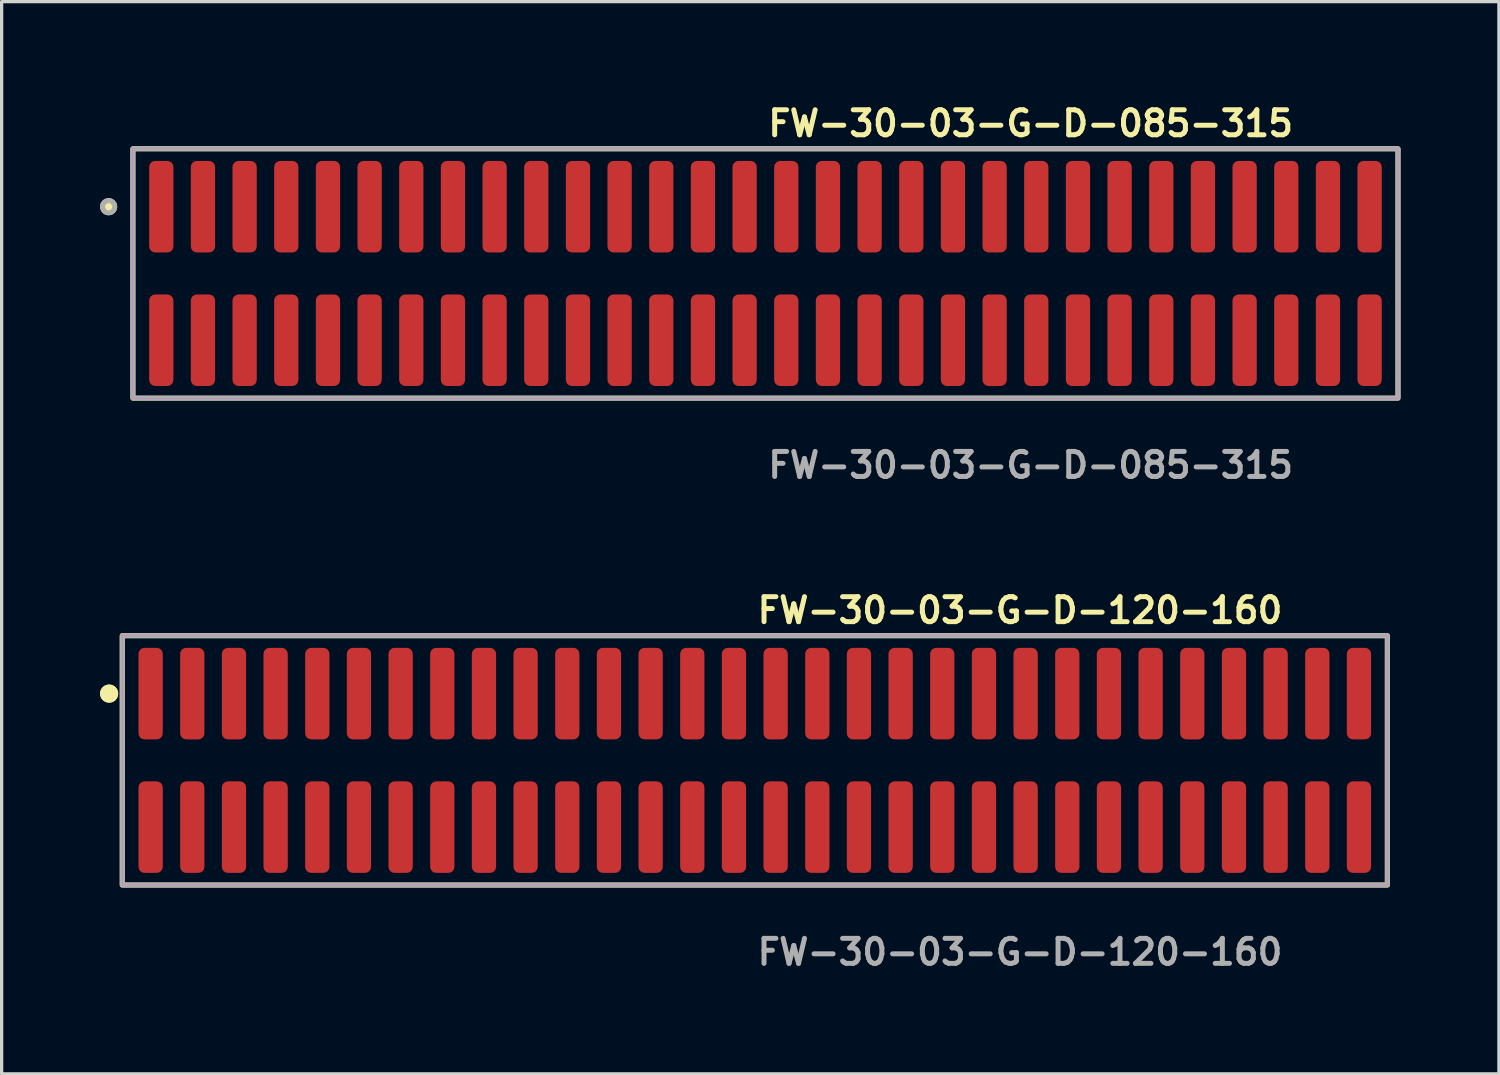
<source format=kicad_pcb>
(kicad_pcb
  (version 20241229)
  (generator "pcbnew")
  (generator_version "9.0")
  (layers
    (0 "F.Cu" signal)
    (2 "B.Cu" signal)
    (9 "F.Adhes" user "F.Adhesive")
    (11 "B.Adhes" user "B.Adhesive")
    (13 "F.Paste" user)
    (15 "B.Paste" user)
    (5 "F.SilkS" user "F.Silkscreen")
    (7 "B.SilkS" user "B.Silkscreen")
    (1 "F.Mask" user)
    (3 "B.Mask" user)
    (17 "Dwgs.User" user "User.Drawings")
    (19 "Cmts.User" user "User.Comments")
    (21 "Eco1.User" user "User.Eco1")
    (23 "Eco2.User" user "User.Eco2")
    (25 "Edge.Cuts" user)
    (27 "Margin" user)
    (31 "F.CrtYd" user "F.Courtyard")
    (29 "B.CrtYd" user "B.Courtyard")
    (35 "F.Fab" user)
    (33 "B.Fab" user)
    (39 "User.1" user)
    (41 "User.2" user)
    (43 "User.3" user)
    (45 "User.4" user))
  (footprint "FW-30-03-G-D-120-160"
    (layer "F.Cu")
    (at 19.956 20.126)
    (property "Reference" "FW-30-03-G-D-120-160" (at 0 -4.572 0) (unlocked yes) (layer "F.SilkS") (effects (font (size 0.762 0.762) (thickness 0.152)) (justify left)))
    (fp_rect (start -19.28 3.8) (end 19.28 -3.8) (stroke (width 0.152) (type solid)) (fill no) (layer "F.SilkS"))
    (fp_circle (center -19.68 -2.035) (end -19.88 -2.035) (stroke (width 0.152) (type solid)) (fill yes) (layer "F.SilkS"))
    (fp_circle (center -19.68 -2.035) (end -19.88 -2.035) (stroke (width 0.152) (type solid)) (fill yes) (layer "F.SilkS"))
    (fp_rect (start -19.28 3.8) (end 19.28 -3.8) (stroke (width 0.006) (type solid)) (fill no) (layer "F.CrtYd"))
    (fp_rect (start -19.28 3.8) (end 19.28 -3.8) (stroke (width 0.152) (type solid)) (fill no) (layer "F.Fab"))
    (fp_text user "${REFERENCE}" (at 0 5.842 0) (unlocked yes) (layer "F.Fab") (effects (font (size 0.762 0.762) (thickness 0.152)) (justify left)))
    (pad "1" smd roundrect (at -18.415 -2.035) (size 0.74 2.79) (layers "F.Cu" "F.Paste") (roundrect_rratio 0.25))
    (pad "2" smd roundrect (at -18.415 2.035) (size 0.74 2.79) (layers "F.Cu" "F.Paste") (roundrect_rratio 0.25))
    (pad "3" smd roundrect (at -17.145 -2.035) (size 0.74 2.79) (layers "F.Cu" "F.Paste") (roundrect_rratio 0.25))
    (pad "4" smd roundrect (at -17.145 2.035) (size 0.74 2.79) (layers "F.Cu" "F.Paste") (roundrect_rratio 0.25))
    (pad "5" smd roundrect (at -15.875 -2.035) (size 0.74 2.79) (layers "F.Cu" "F.Paste") (roundrect_rratio 0.25))
    (pad "6" smd roundrect (at -15.875 2.035) (size 0.74 2.79) (layers "F.Cu" "F.Paste") (roundrect_rratio 0.25))
    (pad "7" smd roundrect (at -14.605 -2.035) (size 0.74 2.79) (layers "F.Cu" "F.Paste") (roundrect_rratio 0.25))
    (pad "8" smd roundrect (at -14.605 2.035) (size 0.74 2.79) (layers "F.Cu" "F.Paste") (roundrect_rratio 0.25))
    (pad "9" smd roundrect (at -13.335 -2.035) (size 0.74 2.79) (layers "F.Cu" "F.Paste") (roundrect_rratio 0.25))
    (pad "10" smd roundrect (at -13.335 2.035) (size 0.74 2.79) (layers "F.Cu" "F.Paste") (roundrect_rratio 0.25))
    (pad "11" smd roundrect (at -12.065 -2.035) (size 0.74 2.79) (layers "F.Cu" "F.Paste") (roundrect_rratio 0.25))
    (pad "12" smd roundrect (at -12.065 2.035) (size 0.74 2.79) (layers "F.Cu" "F.Paste") (roundrect_rratio 0.25))
    (pad "13" smd roundrect (at -10.795 -2.035) (size 0.74 2.79) (layers "F.Cu" "F.Paste") (roundrect_rratio 0.25))
    (pad "14" smd roundrect (at -10.795 2.035) (size 0.74 2.79) (layers "F.Cu" "F.Paste") (roundrect_rratio 0.25))
    (pad "15" smd roundrect (at -9.525 -2.035) (size 0.74 2.79) (layers "F.Cu" "F.Paste") (roundrect_rratio 0.25))
    (pad "16" smd roundrect (at -9.525 2.035) (size 0.74 2.79) (layers "F.Cu" "F.Paste") (roundrect_rratio 0.25))
    (pad "17" smd roundrect (at -8.255 -2.035) (size 0.74 2.79) (layers "F.Cu" "F.Paste") (roundrect_rratio 0.25))
    (pad "18" smd roundrect (at -8.255 2.035) (size 0.74 2.79) (layers "F.Cu" "F.Paste") (roundrect_rratio 0.25))
    (pad "19" smd roundrect (at -6.985 -2.035) (size 0.74 2.79) (layers "F.Cu" "F.Paste") (roundrect_rratio 0.25))
    (pad "20" smd roundrect (at -6.985 2.035) (size 0.74 2.79) (layers "F.Cu" "F.Paste") (roundrect_rratio 0.25))
    (pad "21" smd roundrect (at -5.715 -2.035) (size 0.74 2.79) (layers "F.Cu" "F.Paste") (roundrect_rratio 0.25))
    (pad "22" smd roundrect (at -5.715 2.035) (size 0.74 2.79) (layers "F.Cu" "F.Paste") (roundrect_rratio 0.25))
    (pad "23" smd roundrect (at -4.445 -2.035) (size 0.74 2.79) (layers "F.Cu" "F.Paste") (roundrect_rratio 0.25))
    (pad "24" smd roundrect (at -4.445 2.035) (size 0.74 2.79) (layers "F.Cu" "F.Paste") (roundrect_rratio 0.25))
    (pad "25" smd roundrect (at -3.175 -2.035) (size 0.74 2.79) (layers "F.Cu" "F.Paste") (roundrect_rratio 0.25))
    (pad "26" smd roundrect (at -3.175 2.035) (size 0.74 2.79) (layers "F.Cu" "F.Paste") (roundrect_rratio 0.25))
    (pad "27" smd roundrect (at -1.905 -2.035) (size 0.74 2.79) (layers "F.Cu" "F.Paste") (roundrect_rratio 0.25))
    (pad "28" smd roundrect (at -1.905 2.035) (size 0.74 2.79) (layers "F.Cu" "F.Paste") (roundrect_rratio 0.25))
    (pad "29" smd roundrect (at -0.635 -2.035) (size 0.74 2.79) (layers "F.Cu" "F.Paste") (roundrect_rratio 0.25))
    (pad "30" smd roundrect (at -0.635 2.035) (size 0.74 2.79) (layers "F.Cu" "F.Paste") (roundrect_rratio 0.25))
    (pad "31" smd roundrect (at 0.635 -2.035) (size 0.74 2.79) (layers "F.Cu" "F.Paste") (roundrect_rratio 0.25))
    (pad "32" smd roundrect (at 0.635 2.035) (size 0.74 2.79) (layers "F.Cu" "F.Paste") (roundrect_rratio 0.25))
    (pad "33" smd roundrect (at 1.905 -2.035) (size 0.74 2.79) (layers "F.Cu" "F.Paste") (roundrect_rratio 0.25))
    (pad "34" smd roundrect (at 1.905 2.035) (size 0.74 2.79) (layers "F.Cu" "F.Paste") (roundrect_rratio 0.25))
    (pad "35" smd roundrect (at 3.175 -2.035) (size 0.74 2.79) (layers "F.Cu" "F.Paste") (roundrect_rratio 0.25))
    (pad "36" smd roundrect (at 3.175 2.035) (size 0.74 2.79) (layers "F.Cu" "F.Paste") (roundrect_rratio 0.25))
    (pad "37" smd roundrect (at 4.445 -2.035) (size 0.74 2.79) (layers "F.Cu" "F.Paste") (roundrect_rratio 0.25))
    (pad "38" smd roundrect (at 4.445 2.035) (size 0.74 2.79) (layers "F.Cu" "F.Paste") (roundrect_rratio 0.25))
    (pad "39" smd roundrect (at 5.715 -2.035) (size 0.74 2.79) (layers "F.Cu" "F.Paste") (roundrect_rratio 0.25))
    (pad "40" smd roundrect (at 5.715 2.035) (size 0.74 2.79) (layers "F.Cu" "F.Paste") (roundrect_rratio 0.25))
    (pad "41" smd roundrect (at 6.985 -2.035) (size 0.74 2.79) (layers "F.Cu" "F.Paste") (roundrect_rratio 0.25))
    (pad "42" smd roundrect (at 6.985 2.035) (size 0.74 2.79) (layers "F.Cu" "F.Paste") (roundrect_rratio 0.25))
    (pad "43" smd roundrect (at 8.255 -2.035) (size 0.74 2.79) (layers "F.Cu" "F.Paste") (roundrect_rratio 0.25))
    (pad "44" smd roundrect (at 8.255 2.035) (size 0.74 2.79) (layers "F.Cu" "F.Paste") (roundrect_rratio 0.25))
    (pad "45" smd roundrect (at 9.525 -2.035) (size 0.74 2.79) (layers "F.Cu" "F.Paste") (roundrect_rratio 0.25))
    (pad "46" smd roundrect (at 9.525 2.035) (size 0.74 2.79) (layers "F.Cu" "F.Paste") (roundrect_rratio 0.25))
    (pad "47" smd roundrect (at 10.795 -2.035) (size 0.74 2.79) (layers "F.Cu" "F.Paste") (roundrect_rratio 0.25))
    (pad "48" smd roundrect (at 10.795 2.035) (size 0.74 2.79) (layers "F.Cu" "F.Paste") (roundrect_rratio 0.25))
    (pad "49" smd roundrect (at 12.065 -2.035) (size 0.74 2.79) (layers "F.Cu" "F.Paste") (roundrect_rratio 0.25))
    (pad "50" smd roundrect (at 12.065 2.035) (size 0.74 2.79) (layers "F.Cu" "F.Paste") (roundrect_rratio 0.25))
    (pad "51" smd roundrect (at 13.335 -2.035) (size 0.74 2.79) (layers "F.Cu" "F.Paste") (roundrect_rratio 0.25))
    (pad "52" smd roundrect (at 13.335 2.035) (size 0.74 2.79) (layers "F.Cu" "F.Paste") (roundrect_rratio 0.25))
    (pad "53" smd roundrect (at 14.605 -2.035) (size 0.74 2.79) (layers "F.Cu" "F.Paste") (roundrect_rratio 0.25))
    (pad "54" smd roundrect (at 14.605 2.035) (size 0.74 2.79) (layers "F.Cu" "F.Paste") (roundrect_rratio 0.25))
    (pad "55" smd roundrect (at 15.875 -2.035) (size 0.74 2.79) (layers "F.Cu" "F.Paste") (roundrect_rratio 0.25))
    (pad "56" smd roundrect (at 15.875 2.035) (size 0.74 2.79) (layers "F.Cu" "F.Paste") (roundrect_rratio 0.25))
    (pad "57" smd roundrect (at 17.145 -2.035) (size 0.74 2.79) (layers "F.Cu" "F.Paste") (roundrect_rratio 0.25))
    (pad "58" smd roundrect (at 17.145 2.035) (size 0.74 2.79) (layers "F.Cu" "F.Paste") (roundrect_rratio 0.25))
    (pad "59" smd roundrect (at 18.415 -2.035) (size 0.74 2.79) (layers "F.Cu" "F.Paste") (roundrect_rratio 0.25))
    (pad "60" smd roundrect (at 18.415 2.035) (size 0.74 2.79) (layers "F.Cu" "F.Paste") (roundrect_rratio 0.25)))
  (footprint "FW-30-03-G-D-085-315"
    (layer "F.Cu")
    (at 20.281 5.285)
    (property "Reference" "FW-30-03-G-D-085-315" (at 0 -4.572 0) (unlocked yes) (layer "F.SilkS") (effects (font (size 0.762 0.762) (thickness 0.152)) (justify left)))
    (fp_rect (start -19.28 3.8) (end 19.28 -3.8) (stroke (width 0.152) (type solid)) (fill no) (layer "F.SilkS"))
    (fp_circle (center -20.02 -2.035) (end -20.205 -2.035) (stroke (width 0.152) (type solid)) (fill yes) (layer "F.SilkS"))
    (fp_rect (start -19.28 3.8) (end 19.28 -3.8) (stroke (width 0.006) (type solid)) (fill no) (layer "F.CrtYd"))
    (fp_rect (start -19.28 3.8) (end 19.28 -3.8) (stroke (width 0.152) (type solid)) (fill no) (layer "F.Fab"))
    (fp_circle (center -20.02 -2.035) (end -20.205 -2.035) (stroke (width 0.152) (type solid)) (fill no) (layer "F.Fab"))
    (fp_text user "${REFERENCE}" (at 0 5.842 0) (unlocked yes) (layer "F.Fab") (effects (font (size 0.762 0.762) (thickness 0.152)) (justify left)))
    (pad "1" smd roundrect (at -18.415 -2.035) (size 0.74 2.79) (layers "F.Cu" "F.Paste") (roundrect_rratio 0.25))
    (pad "2" smd roundrect (at -18.415 2.035) (size 0.74 2.79) (layers "F.Cu" "F.Paste") (roundrect_rratio 0.25))
    (pad "3" smd roundrect (at -17.145 -2.035) (size 0.74 2.79) (layers "F.Cu" "F.Paste") (roundrect_rratio 0.25))
    (pad "4" smd roundrect (at -17.145 2.035) (size 0.74 2.79) (layers "F.Cu" "F.Paste") (roundrect_rratio 0.25))
    (pad "5" smd roundrect (at -15.875 -2.035) (size 0.74 2.79) (layers "F.Cu" "F.Paste") (roundrect_rratio 0.25))
    (pad "6" smd roundrect (at -15.875 2.035) (size 0.74 2.79) (layers "F.Cu" "F.Paste") (roundrect_rratio 0.25))
    (pad "7" smd roundrect (at -14.605 -2.035) (size 0.74 2.79) (layers "F.Cu" "F.Paste") (roundrect_rratio 0.25))
    (pad "8" smd roundrect (at -14.605 2.035) (size 0.74 2.79) (layers "F.Cu" "F.Paste") (roundrect_rratio 0.25))
    (pad "9" smd roundrect (at -13.335 -2.035) (size 0.74 2.79) (layers "F.Cu" "F.Paste") (roundrect_rratio 0.25))
    (pad "10" smd roundrect (at -13.335 2.035) (size 0.74 2.79) (layers "F.Cu" "F.Paste") (roundrect_rratio 0.25))
    (pad "11" smd roundrect (at -12.065 -2.035) (size 0.74 2.79) (layers "F.Cu" "F.Paste") (roundrect_rratio 0.25))
    (pad "12" smd roundrect (at -12.065 2.035) (size 0.74 2.79) (layers "F.Cu" "F.Paste") (roundrect_rratio 0.25))
    (pad "13" smd roundrect (at -10.795 -2.035) (size 0.74 2.79) (layers "F.Cu" "F.Paste") (roundrect_rratio 0.25))
    (pad "14" smd roundrect (at -10.795 2.035) (size 0.74 2.79) (layers "F.Cu" "F.Paste") (roundrect_rratio 0.25))
    (pad "15" smd roundrect (at -9.525 -2.035) (size 0.74 2.79) (layers "F.Cu" "F.Paste") (roundrect_rratio 0.25))
    (pad "16" smd roundrect (at -9.525 2.035) (size 0.74 2.79) (layers "F.Cu" "F.Paste") (roundrect_rratio 0.25))
    (pad "17" smd roundrect (at -8.255 -2.035) (size 0.74 2.79) (layers "F.Cu" "F.Paste") (roundrect_rratio 0.25))
    (pad "18" smd roundrect (at -8.255 2.035) (size 0.74 2.79) (layers "F.Cu" "F.Paste") (roundrect_rratio 0.25))
    (pad "19" smd roundrect (at -6.985 -2.035) (size 0.74 2.79) (layers "F.Cu" "F.Paste") (roundrect_rratio 0.25))
    (pad "20" smd roundrect (at -6.985 2.035) (size 0.74 2.79) (layers "F.Cu" "F.Paste") (roundrect_rratio 0.25))
    (pad "21" smd roundrect (at -5.715 -2.035) (size 0.74 2.79) (layers "F.Cu" "F.Paste") (roundrect_rratio 0.25))
    (pad "22" smd roundrect (at -5.715 2.035) (size 0.74 2.79) (layers "F.Cu" "F.Paste") (roundrect_rratio 0.25))
    (pad "23" smd roundrect (at -4.445 -2.035) (size 0.74 2.79) (layers "F.Cu" "F.Paste") (roundrect_rratio 0.25))
    (pad "24" smd roundrect (at -4.445 2.035) (size 0.74 2.79) (layers "F.Cu" "F.Paste") (roundrect_rratio 0.25))
    (pad "25" smd roundrect (at -3.175 -2.035) (size 0.74 2.79) (layers "F.Cu" "F.Paste") (roundrect_rratio 0.25))
    (pad "26" smd roundrect (at -3.175 2.035) (size 0.74 2.79) (layers "F.Cu" "F.Paste") (roundrect_rratio 0.25))
    (pad "27" smd roundrect (at -1.905 -2.035) (size 0.74 2.79) (layers "F.Cu" "F.Paste") (roundrect_rratio 0.25))
    (pad "28" smd roundrect (at -1.905 2.035) (size 0.74 2.79) (layers "F.Cu" "F.Paste") (roundrect_rratio 0.25))
    (pad "29" smd roundrect (at -0.635 -2.035) (size 0.74 2.79) (layers "F.Cu" "F.Paste") (roundrect_rratio 0.25))
    (pad "30" smd roundrect (at -0.635 2.035) (size 0.74 2.79) (layers "F.Cu" "F.Paste") (roundrect_rratio 0.25))
    (pad "31" smd roundrect (at 0.635 -2.035) (size 0.74 2.79) (layers "F.Cu" "F.Paste") (roundrect_rratio 0.25))
    (pad "32" smd roundrect (at 0.635 2.035) (size 0.74 2.79) (layers "F.Cu" "F.Paste") (roundrect_rratio 0.25))
    (pad "33" smd roundrect (at 1.905 -2.035) (size 0.74 2.79) (layers "F.Cu" "F.Paste") (roundrect_rratio 0.25))
    (pad "34" smd roundrect (at 1.905 2.035) (size 0.74 2.79) (layers "F.Cu" "F.Paste") (roundrect_rratio 0.25))
    (pad "35" smd roundrect (at 3.175 -2.035) (size 0.74 2.79) (layers "F.Cu" "F.Paste") (roundrect_rratio 0.25))
    (pad "36" smd roundrect (at 3.175 2.035) (size 0.74 2.79) (layers "F.Cu" "F.Paste") (roundrect_rratio 0.25))
    (pad "37" smd roundrect (at 4.445 -2.035) (size 0.74 2.79) (layers "F.Cu" "F.Paste") (roundrect_rratio 0.25))
    (pad "38" smd roundrect (at 4.445 2.035) (size 0.74 2.79) (layers "F.Cu" "F.Paste") (roundrect_rratio 0.25))
    (pad "39" smd roundrect (at 5.715 -2.035) (size 0.74 2.79) (layers "F.Cu" "F.Paste") (roundrect_rratio 0.25))
    (pad "40" smd roundrect (at 5.715 2.035) (size 0.74 2.79) (layers "F.Cu" "F.Paste") (roundrect_rratio 0.25))
    (pad "41" smd roundrect (at 6.985 -2.035) (size 0.74 2.79) (layers "F.Cu" "F.Paste") (roundrect_rratio 0.25))
    (pad "42" smd roundrect (at 6.985 2.035) (size 0.74 2.79) (layers "F.Cu" "F.Paste") (roundrect_rratio 0.25))
    (pad "43" smd roundrect (at 8.255 -2.035) (size 0.74 2.79) (layers "F.Cu" "F.Paste") (roundrect_rratio 0.25))
    (pad "44" smd roundrect (at 8.255 2.035) (size 0.74 2.79) (layers "F.Cu" "F.Paste") (roundrect_rratio 0.25))
    (pad "45" smd roundrect (at 9.525 -2.035) (size 0.74 2.79) (layers "F.Cu" "F.Paste") (roundrect_rratio 0.25))
    (pad "46" smd roundrect (at 9.525 2.035) (size 0.74 2.79) (layers "F.Cu" "F.Paste") (roundrect_rratio 0.25))
    (pad "47" smd roundrect (at 10.795 -2.035) (size 0.74 2.79) (layers "F.Cu" "F.Paste") (roundrect_rratio 0.25))
    (pad "48" smd roundrect (at 10.795 2.035) (size 0.74 2.79) (layers "F.Cu" "F.Paste") (roundrect_rratio 0.25))
    (pad "49" smd roundrect (at 12.065 -2.035) (size 0.74 2.79) (layers "F.Cu" "F.Paste") (roundrect_rratio 0.25))
    (pad "50" smd roundrect (at 12.065 2.035) (size 0.74 2.79) (layers "F.Cu" "F.Paste") (roundrect_rratio 0.25))
    (pad "51" smd roundrect (at 13.335 -2.035) (size 0.74 2.79) (layers "F.Cu" "F.Paste") (roundrect_rratio 0.25))
    (pad "52" smd roundrect (at 13.335 2.035) (size 0.74 2.79) (layers "F.Cu" "F.Paste") (roundrect_rratio 0.25))
    (pad "53" smd roundrect (at 14.605 -2.035) (size 0.74 2.79) (layers "F.Cu" "F.Paste") (roundrect_rratio 0.25))
    (pad "54" smd roundrect (at 14.605 2.035) (size 0.74 2.79) (layers "F.Cu" "F.Paste") (roundrect_rratio 0.25))
    (pad "55" smd roundrect (at 15.875 -2.035) (size 0.74 2.79) (layers "F.Cu" "F.Paste") (roundrect_rratio 0.25))
    (pad "56" smd roundrect (at 15.875 2.035) (size 0.74 2.79) (layers "F.Cu" "F.Paste") (roundrect_rratio 0.25))
    (pad "57" smd roundrect (at 17.145 -2.035) (size 0.74 2.79) (layers "F.Cu" "F.Paste") (roundrect_rratio 0.25))
    (pad "58" smd roundrect (at 17.145 2.035) (size 0.74 2.79) (layers "F.Cu" "F.Paste") (roundrect_rratio 0.25))
    (pad "59" smd roundrect (at 18.415 -2.035) (size 0.74 2.79) (layers "F.Cu" "F.Paste") (roundrect_rratio 0.25))
    (pad "60" smd roundrect (at 18.415 2.035) (size 0.74 2.79) (layers "F.Cu" "F.Paste") (roundrect_rratio 0.25)))
  (gr_rect
    (start -3 -3)
    (end 42.637 29.681)
    (stroke (width 0.1) (type default))
    (fill no)
    (layer "Edge.Cuts")))
</source>
